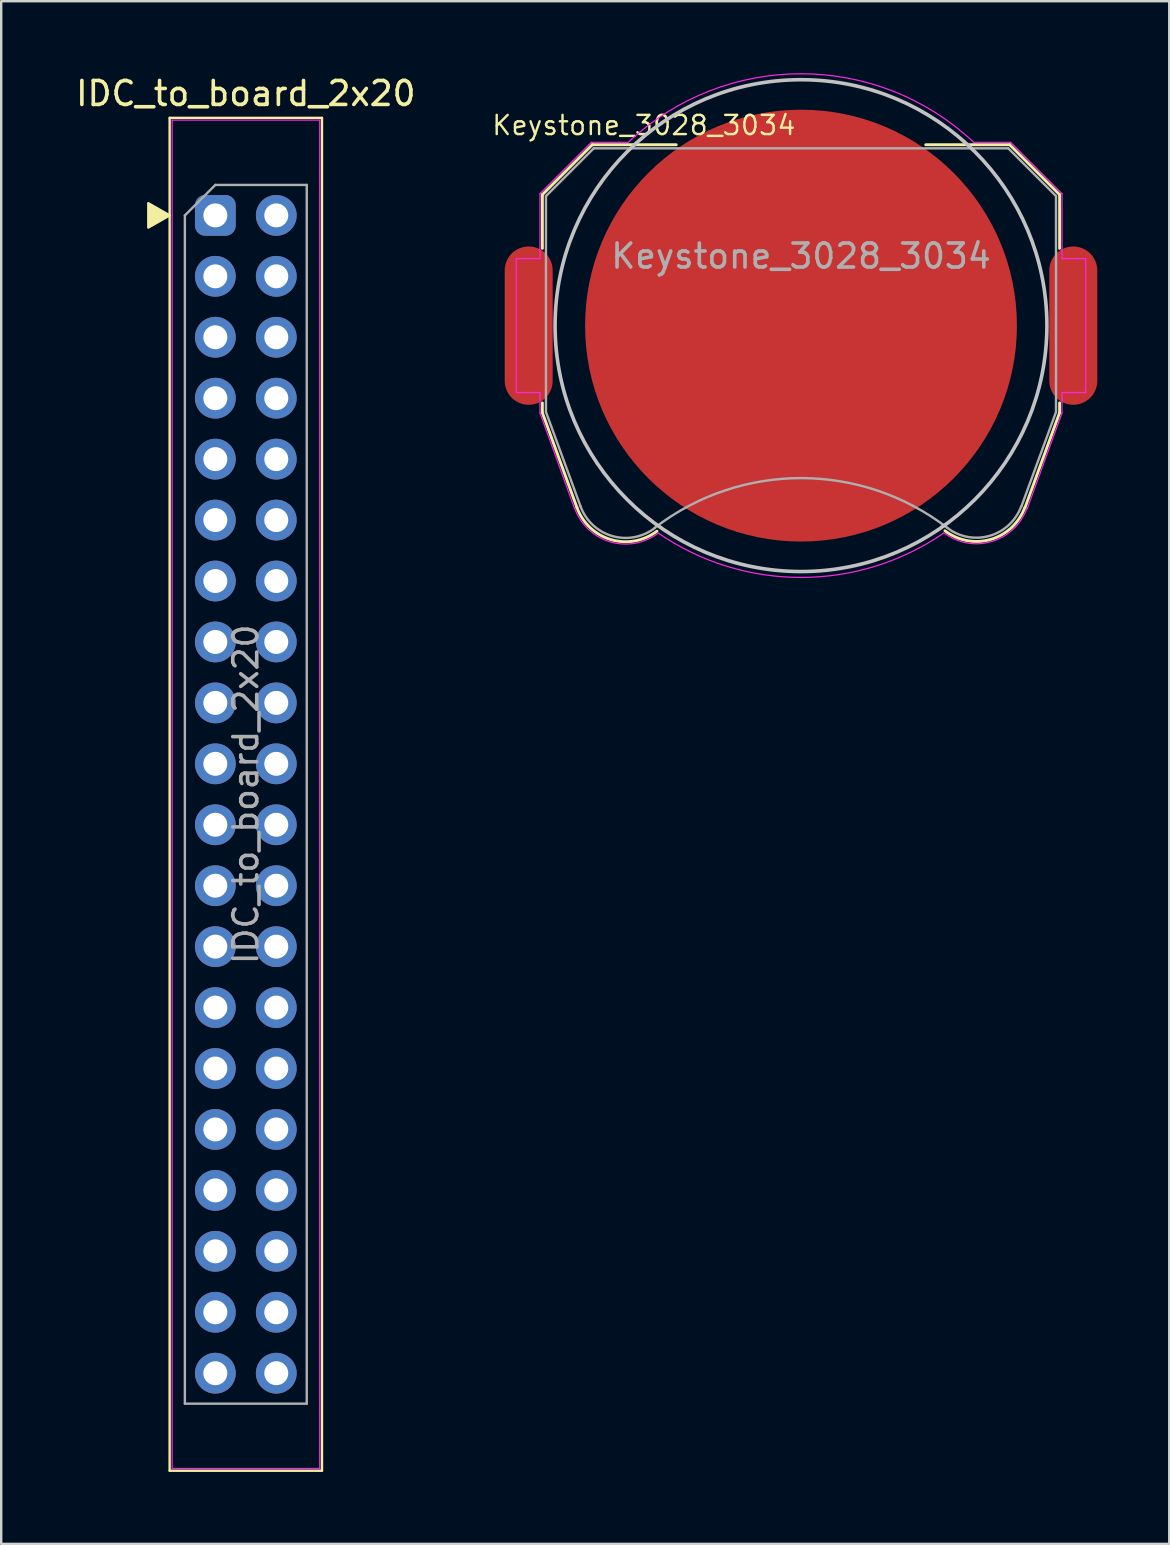
<source format=kicad_pcb>
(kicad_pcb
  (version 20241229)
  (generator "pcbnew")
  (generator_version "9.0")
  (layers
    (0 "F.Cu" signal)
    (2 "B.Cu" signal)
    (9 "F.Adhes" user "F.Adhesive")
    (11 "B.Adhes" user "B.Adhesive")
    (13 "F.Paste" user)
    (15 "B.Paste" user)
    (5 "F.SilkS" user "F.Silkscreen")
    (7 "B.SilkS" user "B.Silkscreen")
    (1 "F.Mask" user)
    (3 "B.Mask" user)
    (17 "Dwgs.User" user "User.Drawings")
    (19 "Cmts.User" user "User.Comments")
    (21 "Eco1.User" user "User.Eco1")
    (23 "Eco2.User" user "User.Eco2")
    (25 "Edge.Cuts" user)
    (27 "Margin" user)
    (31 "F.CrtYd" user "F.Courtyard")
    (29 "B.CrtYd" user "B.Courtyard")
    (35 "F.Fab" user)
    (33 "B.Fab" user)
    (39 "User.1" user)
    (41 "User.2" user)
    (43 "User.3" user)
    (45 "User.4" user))
  (footprint "IDC_to_board_2x20"
    (layer "F.Cu")
    (at 7.196 30.058)
    (property "Reference" "IDC_to_board_2x20" (at 0 -29.21 0) (layer "F.SilkS") (effects (font (size 1 1) (thickness 0.15))))
    (attr through_hole)
    (fp_line (start -3.175 -28.194) (end 3.175 -28.194) (stroke (width 0.1) (type default)) (layer "F.SilkS"))
    (fp_line (start -3.175 28.194) (end -3.175 -28.194) (stroke (width 0.1) (type default)) (layer "F.SilkS"))
    (fp_line (start 3.175 -28.194) (end 3.175 28.194) (stroke (width 0.1) (type default)) (layer "F.SilkS"))
    (fp_line (start 3.175 28.194) (end -3.175 28.194) (stroke (width 0.1) (type default)) (layer "F.SilkS"))
    (fp_poly (pts (xy -3.175 -24.13) (xy -4.064 -24.638) (xy -4.064 -23.622)) (stroke (width 0.1) (type solid)) (fill yes) (layer "F.SilkS"))
    (fp_line (start -3.07 -28.1) (end -3.07 28.1) (stroke (width 0.05) (type solid)) (layer "F.CrtYd"))
    (fp_line (start -3.07 28.1) (end 3.08 28.1) (stroke (width 0.05) (type solid)) (layer "F.CrtYd"))
    (fp_line (start 3.08 -28.1) (end -3.07 -28.1) (stroke (width 0.05) (type solid)) (layer "F.CrtYd"))
    (fp_line (start 3.08 28.1) (end 3.08 -28.1) (stroke (width 0.05) (type solid)) (layer "F.CrtYd"))
    (fp_line (start -2.54 -24.13) (end -1.27 -25.4) (stroke (width 0.1) (type solid)) (layer "F.Fab"))
    (fp_line (start -2.54 25.4) (end -2.54 -24.13) (stroke (width 0.1) (type solid)) (layer "F.Fab"))
    (fp_line (start -1.27 -25.4) (end 2.54 -25.4) (stroke (width 0.1) (type solid)) (layer "F.Fab"))
    (fp_line (start 2.54 -25.4) (end 2.54 25.4) (stroke (width 0.1) (type solid)) (layer "F.Fab"))
    (fp_line (start 2.54 25.4) (end -2.54 25.4) (stroke (width 0.1) (type solid)) (layer "F.Fab"))
    (fp_text user "${REFERENCE}" (at 0 0 270) (layer "F.Fab") (effects (font (size 1 1) (thickness 0.15))))
    (pad "1" thru_hole roundrect (at -1.27 -24.13) (size 1.7 1.7) (drill 1) (layers "*.Cu" "*.Mask") (roundrect_rratio 0.25))
    (pad "2" thru_hole circle (at 1.27 -24.13) (size 1.7 1.7) (drill 1) (layers "*.Cu" "*.Mask"))
    (pad "3" thru_hole circle (at -1.27 -21.59) (size 1.7 1.7) (drill 1) (layers "*.Cu" "*.Mask"))
    (pad "4" thru_hole circle (at 1.27 -21.59) (size 1.7 1.7) (drill 1) (layers "*.Cu" "*.Mask"))
    (pad "5" thru_hole circle (at -1.27 -19.05) (size 1.7 1.7) (drill 1) (layers "*.Cu" "*.Mask"))
    (pad "6" thru_hole circle (at 1.27 -19.05) (size 1.7 1.7) (drill 1) (layers "*.Cu" "*.Mask"))
    (pad "7" thru_hole circle (at -1.27 -16.51) (size 1.7 1.7) (drill 1) (layers "*.Cu" "*.Mask"))
    (pad "8" thru_hole circle (at 1.27 -16.51) (size 1.7 1.7) (drill 1) (layers "*.Cu" "*.Mask"))
    (pad "9" thru_hole circle (at -1.27 -13.97) (size 1.7 1.7) (drill 1) (layers "*.Cu" "*.Mask"))
    (pad "10" thru_hole circle (at 1.27 -13.97) (size 1.7 1.7) (drill 1) (layers "*.Cu" "*.Mask"))
    (pad "11" thru_hole circle (at -1.27 -11.43) (size 1.7 1.7) (drill 1) (layers "*.Cu" "*.Mask"))
    (pad "12" thru_hole circle (at 1.27 -11.43) (size 1.7 1.7) (drill 1) (layers "*.Cu" "*.Mask"))
    (pad "13" thru_hole circle (at -1.27 -8.89) (size 1.7 1.7) (drill 1) (layers "*.Cu" "*.Mask"))
    (pad "14" thru_hole circle (at 1.27 -8.89) (size 1.7 1.7) (drill 1) (layers "*.Cu" "*.Mask"))
    (pad "15" thru_hole circle (at -1.27 -6.35) (size 1.7 1.7) (drill 1) (layers "*.Cu" "*.Mask"))
    (pad "16" thru_hole circle (at 1.27 -6.35) (size 1.7 1.7) (drill 1) (layers "*.Cu" "*.Mask"))
    (pad "17" thru_hole circle (at -1.27 -3.81) (size 1.7 1.7) (drill 1) (layers "*.Cu" "*.Mask"))
    (pad "18" thru_hole circle (at 1.27 -3.81) (size 1.7 1.7) (drill 1) (layers "*.Cu" "*.Mask"))
    (pad "19" thru_hole circle (at -1.27 -1.27) (size 1.7 1.7) (drill 1) (layers "*.Cu" "*.Mask"))
    (pad "20" thru_hole circle (at 1.27 -1.27) (size 1.7 1.7) (drill 1) (layers "*.Cu" "*.Mask"))
    (pad "21" thru_hole circle (at -1.27 1.27) (size 1.7 1.7) (drill 1) (layers "*.Cu" "*.Mask"))
    (pad "22" thru_hole circle (at 1.27 1.27) (size 1.7 1.7) (drill 1) (layers "*.Cu" "*.Mask"))
    (pad "23" thru_hole circle (at -1.27 3.81) (size 1.7 1.7) (drill 1) (layers "*.Cu" "*.Mask"))
    (pad "24" thru_hole circle (at 1.27 3.81) (size 1.7 1.7) (drill 1) (layers "*.Cu" "*.Mask"))
    (pad "25" thru_hole circle (at -1.27 6.35) (size 1.7 1.7) (drill 1) (layers "*.Cu" "*.Mask"))
    (pad "26" thru_hole circle (at 1.27 6.35) (size 1.7 1.7) (drill 1) (layers "*.Cu" "*.Mask"))
    (pad "27" thru_hole circle (at -1.27 8.89) (size 1.7 1.7) (drill 1) (layers "*.Cu" "*.Mask"))
    (pad "28" thru_hole circle (at 1.27 8.89) (size 1.7 1.7) (drill 1) (layers "*.Cu" "*.Mask"))
    (pad "29" thru_hole circle (at -1.27 11.43) (size 1.7 1.7) (drill 1) (layers "*.Cu" "*.Mask"))
    (pad "30" thru_hole circle (at 1.27 11.43) (size 1.7 1.7) (drill 1) (layers "*.Cu" "*.Mask"))
    (pad "31" thru_hole circle (at -1.27 13.97) (size 1.7 1.7) (drill 1) (layers "*.Cu" "*.Mask"))
    (pad "32" thru_hole circle (at 1.27 13.97) (size 1.7 1.7) (drill 1) (layers "*.Cu" "*.Mask"))
    (pad "33" thru_hole circle (at -1.27 16.51) (size 1.7 1.7) (drill 1) (layers "*.Cu" "*.Mask"))
    (pad "34" thru_hole circle (at 1.27 16.51) (size 1.7 1.7) (drill 1) (layers "*.Cu" "*.Mask"))
    (pad "35" thru_hole circle (at -1.27 19.05) (size 1.7 1.7) (drill 1) (layers "*.Cu" "*.Mask"))
    (pad "36" thru_hole circle (at 1.27 19.05) (size 1.7 1.7) (drill 1) (layers "*.Cu" "*.Mask"))
    (pad "37" thru_hole circle (at -1.27 21.59) (size 1.7 1.7) (drill 1) (layers "*.Cu" "*.Mask"))
    (pad "38" thru_hole circle (at 1.27 21.59) (size 1.7 1.7) (drill 1) (layers "*.Cu" "*.Mask"))
    (pad "39" thru_hole circle (at -1.27 24.13) (size 1.7 1.7) (drill 1) (layers "*.Cu" "*.Mask"))
    (pad "40" thru_hole circle (at 1.27 24.13) (size 1.7 1.7) (drill 1) (layers "*.Cu" "*.Mask")))
  (footprint "Keystone_3028_3034"
    (layer "F.Cu")
    (at 30.337 10.523)
    (property "Reference" "Keystone_3028_3034" (at -6.55 -8.35 180) (layer "F.SilkS") (effects (font (size 0.8 0.8) (thickness 0.1))))
    (attr smd)
    (fp_line (start -10.78 -5.46) (end -10.78 -3.22) (stroke (width 0.12) (type solid)) (layer "F.SilkS"))
    (fp_line (start -10.78 3.22) (end -10.78 3.63) (stroke (width 0.12) (type solid)) (layer "F.SilkS"))
    (fp_line (start -10.78 3.63) (end -9.34 7.58) (stroke (width 0.12) (type solid)) (layer "F.SilkS"))
    (fp_line (start -8.7 -7.54) (end -10.78 -5.46) (stroke (width 0.12) (type solid)) (layer "F.SilkS"))
    (fp_line (start -5.2 -7.54) (end -8.7 -7.54) (stroke (width 0.12) (type solid)) (layer "F.SilkS"))
    (fp_line (start 8.7 -7.54) (end 5.2 -7.54) (stroke (width 0.12) (type solid)) (layer "F.SilkS"))
    (fp_line (start 8.7 -7.54) (end 10.78 -5.46) (stroke (width 0.12) (type solid)) (layer "F.SilkS"))
    (fp_line (start 10.78 -5.46) (end 10.78 -3.22) (stroke (width 0.12) (type solid)) (layer "F.SilkS"))
    (fp_line (start 10.78 3.22) (end 10.78 3.63) (stroke (width 0.12) (type solid)) (layer "F.SilkS"))
    (fp_line (start 10.78 3.63) (end 9.34 7.58) (stroke (width 0.12) (type solid)) (layer "F.SilkS"))
    (fp_arc (start -6.003354 8.56653) (mid -7.921654 8.918738) (end -9.34 7.58) (stroke (width 0.12) (type solid)) (layer "F.SilkS"))
    (fp_arc (start 9.325243 7.588169) (mid 7.90634 8.911668) (end 6 8.55) (stroke (width 0.12) (type solid)) (layer "F.SilkS"))
    (fp_circle (center 0 0) (end 0 10.25) (stroke (width 0.15) (type solid)) (fill no) (layer "Dwgs.User"))
    (fp_line (start -11.87 -2.79) (end -11.87 2.79) (stroke (width 0.05) (type solid)) (layer "F.CrtYd"))
    (fp_line (start -11.87 2.79) (end -10.88 2.79) (stroke (width 0.05) (type solid)) (layer "F.CrtYd"))
    (fp_line (start -10.88 -5.5) (end -10.88 -2.79) (stroke (width 0.05) (type solid)) (layer "F.CrtYd"))
    (fp_line (start -10.88 -2.79) (end -11.87 -2.79) (stroke (width 0.05) (type solid)) (layer "F.CrtYd"))
    (fp_line (start -10.88 2.79) (end -10.88 3.64) (stroke (width 0.05) (type solid)) (layer "F.CrtYd"))
    (fp_line (start -10.88 3.64) (end -9.44 7.62) (stroke (width 0.05) (type solid)) (layer "F.CrtYd"))
    (fp_line (start -8.74 -7.64) (end -10.88 -5.5) (stroke (width 0.05) (type solid)) (layer "F.CrtYd"))
    (fp_line (start -7.2 -7.64) (end -8.74 -7.64) (stroke (width 0.05) (type solid)) (layer "F.CrtYd"))
    (fp_line (start 8.74 -7.64) (end 7.2 -7.64) (stroke (width 0.05) (type solid)) (layer "F.CrtYd"))
    (fp_line (start 9.43 7.63) (end 10.88 3.64) (stroke (width 0.05) (type solid)) (layer "F.CrtYd"))
    (fp_line (start 10.88 -5.5) (end 8.74 -7.64) (stroke (width 0.05) (type solid)) (layer "F.CrtYd"))
    (fp_line (start 10.88 -2.79) (end 10.88 -5.5) (stroke (width 0.05) (type solid)) (layer "F.CrtYd"))
    (fp_line (start 10.88 2.79) (end 11.87 2.79) (stroke (width 0.05) (type solid)) (layer "F.CrtYd"))
    (fp_line (start 10.88 3.64) (end 10.88 2.79) (stroke (width 0.05) (type solid)) (layer "F.CrtYd"))
    (fp_line (start 11.87 -2.79) (end 10.88 -2.79) (stroke (width 0.05) (type solid)) (layer "F.CrtYd"))
    (fp_line (start 11.87 2.79) (end 11.87 -2.79) (stroke (width 0.05) (type solid)) (layer "F.CrtYd"))
    (fp_arc (start -7.199546 -7.640427) (mid 0.000312 -10.498075) (end 7.2 -7.64) (stroke (width 0.05) (type solid)) (layer "F.CrtYd"))
    (fp_arc (start -5.956965 8.654604) (mid -7.953941 9.011629) (end -9.43 7.62) (stroke (width 0.05) (type solid)) (layer "F.CrtYd"))
    (fp_arc (start 5.945368 8.650075) (mid -0.008883 10.496243) (end -5.96 8.64) (stroke (width 0.05) (type solid)) (layer "F.CrtYd"))
    (fp_arc (start 9.415144 7.621341) (mid 7.944017 9.000493) (end 5.96 8.64) (stroke (width 0.05) (type solid)) (layer "F.CrtYd"))
    (fp_line (start -10.63 -5.4) (end -8.64 -7.39) (stroke (width 0.1) (type solid)) (layer "F.Fab"))
    (fp_line (start -10.63 3.6) (end -10.63 -5.4) (stroke (width 0.1) (type solid)) (layer "F.Fab"))
    (fp_line (start -9.19 7.53) (end -10.63 3.6) (stroke (width 0.1) (type solid)) (layer "F.Fab"))
    (fp_line (start -8.64 -7.39) (end 8.64 -7.39) (stroke (width 0.1) (type solid)) (layer "F.Fab"))
    (fp_line (start 8.64 -7.39) (end 10.63 -5.4) (stroke (width 0.1) (type solid)) (layer "F.Fab"))
    (fp_line (start 10.63 -5.4) (end 10.63 3.6) (stroke (width 0.1) (type solid)) (layer "F.Fab"))
    (fp_line (start 10.63 3.6) (end 9.19 7.53) (stroke (width 0.1) (type solid)) (layer "F.Fab"))
    (fp_arc (start -6.096146 8.438508) (mid -7.87328 8.768206) (end -9.19 7.53) (stroke (width 0.1) (type solid)) (layer "F.Fab"))
    (fp_arc (start -6.094852 8.426043) (mid 0.003247 6.355257) (end 6.1 8.43) (stroke (width 0.1) (type solid)) (layer "F.Fab"))
    (fp_arc (start 9.180727 7.528882) (mid 7.868698 8.760067) (end 6.1 8.43) (stroke (width 0.1) (type solid)) (layer "F.Fab"))
    (fp_text user "${REFERENCE}" (at 0 -2.9 0) (layer "F.Fab") (effects (font (size 1 1) (thickness 0.15))))
    (pad "1" smd oval (at -11.35 0) (size 2 6.6) (layers "F.Cu" "F.Mask" "F.Paste"))
    (pad "1" smd oval (at 11.35 0) (size 2 6.6) (layers "F.Cu" "F.Mask" "F.Paste"))
    (pad "2" smd circle (at 0 0) (size 18 18) (layers "F.Cu" "F.Mask")))
  (gr_rect
    (start -3 -3)
    (end 45.687 61.302)
    (stroke (width 0.1) (type default))
    (fill no)
    (layer "Edge.Cuts")))
</source>
